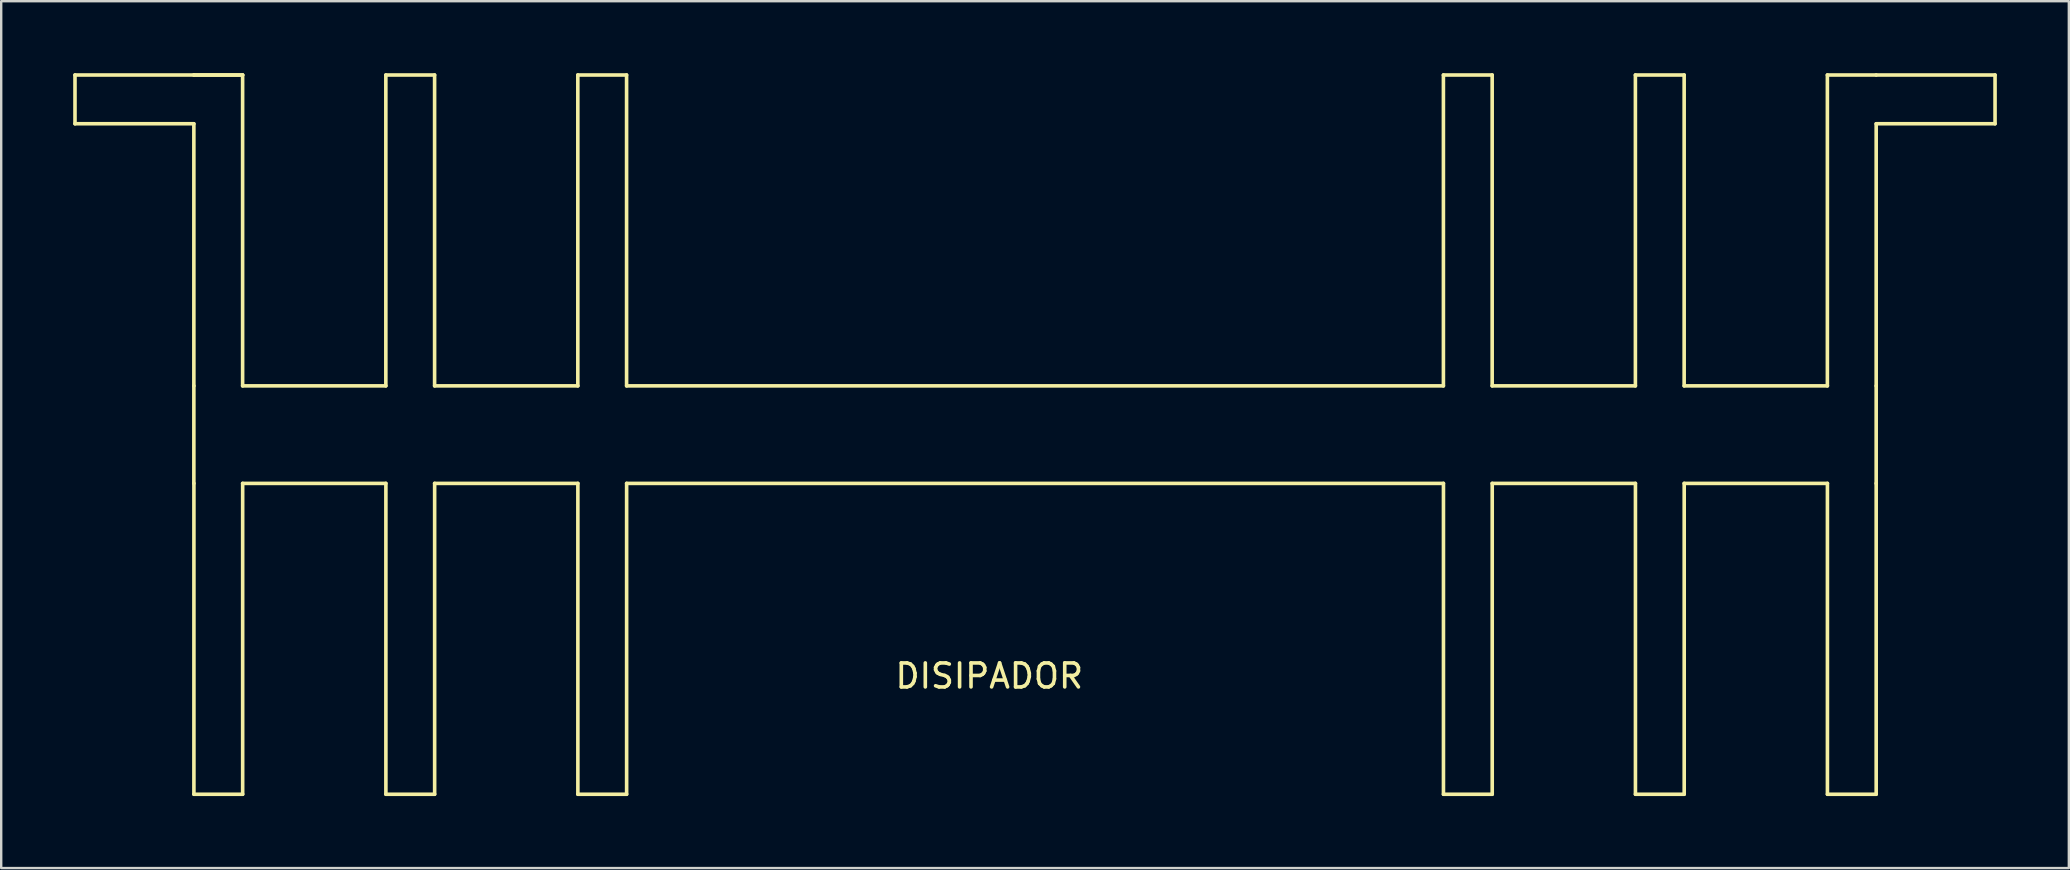
<source format=kicad_pcb>
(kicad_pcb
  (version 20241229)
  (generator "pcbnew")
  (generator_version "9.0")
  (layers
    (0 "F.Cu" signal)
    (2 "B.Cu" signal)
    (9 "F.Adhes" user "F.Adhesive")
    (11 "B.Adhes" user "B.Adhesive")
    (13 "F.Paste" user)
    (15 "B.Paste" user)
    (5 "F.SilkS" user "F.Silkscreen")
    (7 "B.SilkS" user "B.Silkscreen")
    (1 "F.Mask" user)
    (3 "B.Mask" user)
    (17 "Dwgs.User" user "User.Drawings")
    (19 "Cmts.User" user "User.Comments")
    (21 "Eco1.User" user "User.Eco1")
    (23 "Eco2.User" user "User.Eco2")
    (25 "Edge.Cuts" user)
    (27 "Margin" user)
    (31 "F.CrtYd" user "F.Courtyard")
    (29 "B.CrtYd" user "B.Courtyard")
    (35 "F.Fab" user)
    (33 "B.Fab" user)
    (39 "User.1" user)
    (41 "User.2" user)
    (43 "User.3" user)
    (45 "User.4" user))
  (footprint "DISIPADOR"
    (layer "F.Cu")
    (at 40.588 13.029)
    (property "Reference" "DISIPADOR" (at -2.413 12.09 0) (layer "F.SilkS") (effects (font (size 1 1) (thickness 0.15))))
    (attr exclude_from_pos_files exclude_from_bom)
    (fp_line (start -40.513 -12.954) (end -40.513 -10.922) (stroke (width 0.15) (type solid)) (layer "F.SilkS"))
    (fp_line (start -40.513 -10.922) (end -35.56 -10.922) (stroke (width 0.15) (type solid)) (layer "F.SilkS"))
    (fp_line (start -35.56 -12.954) (end -40.513 -12.954) (stroke (width 0.15) (type solid)) (layer "F.SilkS"))
    (fp_line (start -35.56 -12.954) (end -33.528 -12.954) (stroke (width 0.15) (type solid)) (layer "F.SilkS"))
    (fp_line (start -35.56 -10.922) (end -35.56 0) (stroke (width 0.15) (type solid)) (layer "F.SilkS"))
    (fp_line (start -35.56 4.064) (end -35.56 0) (stroke (width 0.15) (type solid)) (layer "F.SilkS"))
    (fp_line (start -35.558 17.018) (end -35.558 4.064) (stroke (width 0.15) (type solid)) (layer "F.SilkS"))
    (fp_line (start -33.528 -12.954) (end -33.528 0) (stroke (width 0.15) (type solid)) (layer "F.SilkS"))
    (fp_line (start -33.526 -12.954) (end -35.558 -12.954) (stroke (width 0.15) (type solid)) (layer "F.SilkS"))
    (fp_line (start -33.526 4.064) (end -33.526 17.018) (stroke (width 0.15) (type solid)) (layer "F.SilkS"))
    (fp_line (start -33.526 17.018) (end -35.558 17.018) (stroke (width 0.15) (type solid)) (layer "F.SilkS"))
    (fp_line (start -27.56 -12.954) (end -25.528 -12.954) (stroke (width 0.15) (type solid)) (layer "F.SilkS"))
    (fp_line (start -27.56 0) (end -27.56 -12.954) (stroke (width 0.15) (type solid)) (layer "F.SilkS"))
    (fp_line (start -27.559 0) (end -33.528 0) (stroke (width 0.15) (type solid)) (layer "F.SilkS"))
    (fp_line (start -27.559 4.064) (end -33.528 4.064) (stroke (width 0.15) (type solid)) (layer "F.SilkS"))
    (fp_line (start -27.558 17.018) (end -27.558 4.064) (stroke (width 0.15) (type solid)) (layer "F.SilkS"))
    (fp_line (start -25.528 -12.954) (end -25.528 0) (stroke (width 0.15) (type solid)) (layer "F.SilkS"))
    (fp_line (start -25.527 0) (end -19.558 0) (stroke (width 0.15) (type solid)) (layer "F.SilkS"))
    (fp_line (start -25.527 4.064) (end -19.558 4.064) (stroke (width 0.15) (type solid)) (layer "F.SilkS"))
    (fp_line (start -25.526 4.064) (end -25.526 17.018) (stroke (width 0.15) (type solid)) (layer "F.SilkS"))
    (fp_line (start -25.526 17.018) (end -27.558 17.018) (stroke (width 0.15) (type solid)) (layer "F.SilkS"))
    (fp_line (start -19.56 -12.954) (end -17.528 -12.954) (stroke (width 0.15) (type solid)) (layer "F.SilkS"))
    (fp_line (start -19.56 0) (end -19.56 -12.954) (stroke (width 0.15) (type solid)) (layer "F.SilkS"))
    (fp_line (start -19.558 17.018) (end -19.558 4.064) (stroke (width 0.15) (type solid)) (layer "F.SilkS"))
    (fp_line (start -17.528 -12.954) (end -17.528 0) (stroke (width 0.15) (type solid)) (layer "F.SilkS"))
    (fp_line (start -17.526 4.064) (end -17.526 17.018) (stroke (width 0.15) (type solid)) (layer "F.SilkS"))
    (fp_line (start -17.526 4.064) (end 16.51 4.064) (stroke (width 0.15) (type solid)) (layer "F.SilkS"))
    (fp_line (start -17.526 17.018) (end -19.558 17.018) (stroke (width 0.15) (type solid)) (layer "F.SilkS"))
    (fp_line (start 16.51 -12.954) (end 18.542 -12.954) (stroke (width 0.15) (type solid)) (layer "F.SilkS"))
    (fp_line (start 16.51 0) (end -17.526 0) (stroke (width 0.15) (type solid)) (layer "F.SilkS"))
    (fp_line (start 16.51 0) (end 16.51 -12.954) (stroke (width 0.15) (type solid)) (layer "F.SilkS"))
    (fp_line (start 16.512 17.018) (end 16.512 4.064) (stroke (width 0.15) (type solid)) (layer "F.SilkS"))
    (fp_line (start 18.542 -12.954) (end 18.542 0) (stroke (width 0.15) (type solid)) (layer "F.SilkS"))
    (fp_line (start 18.544 4.064) (end 18.544 17.018) (stroke (width 0.15) (type solid)) (layer "F.SilkS"))
    (fp_line (start 18.544 17.018) (end 16.512 17.018) (stroke (width 0.15) (type solid)) (layer "F.SilkS"))
    (fp_line (start 24.51 -12.954) (end 26.542 -12.954) (stroke (width 0.15) (type solid)) (layer "F.SilkS"))
    (fp_line (start 24.51 0) (end 24.51 -12.954) (stroke (width 0.15) (type solid)) (layer "F.SilkS"))
    (fp_line (start 24.511 0) (end 18.542 0) (stroke (width 0.15) (type solid)) (layer "F.SilkS"))
    (fp_line (start 24.511 4.064) (end 18.542 4.064) (stroke (width 0.15) (type solid)) (layer "F.SilkS"))
    (fp_line (start 24.512 17.018) (end 24.512 4.064) (stroke (width 0.15) (type solid)) (layer "F.SilkS"))
    (fp_line (start 26.542 -12.954) (end 26.542 0) (stroke (width 0.15) (type solid)) (layer "F.SilkS"))
    (fp_line (start 26.543 0) (end 32.512 0) (stroke (width 0.15) (type solid)) (layer "F.SilkS"))
    (fp_line (start 26.543 4.064) (end 32.512 4.064) (stroke (width 0.15) (type solid)) (layer "F.SilkS"))
    (fp_line (start 26.544 4.064) (end 26.544 17.018) (stroke (width 0.15) (type solid)) (layer "F.SilkS"))
    (fp_line (start 26.544 17.018) (end 24.512 17.018) (stroke (width 0.15) (type solid)) (layer "F.SilkS"))
    (fp_line (start 32.51 -12.954) (end 34.542 -12.954) (stroke (width 0.15) (type solid)) (layer "F.SilkS"))
    (fp_line (start 32.51 0) (end 32.51 -12.954) (stroke (width 0.15) (type solid)) (layer "F.SilkS"))
    (fp_line (start 32.512 17.018) (end 32.512 4.064) (stroke (width 0.15) (type solid)) (layer "F.SilkS"))
    (fp_line (start 34.544 -12.954) (end 39.497 -12.954) (stroke (width 0.15) (type solid)) (layer "F.SilkS"))
    (fp_line (start 34.544 -10.922) (end 34.544 0) (stroke (width 0.15) (type solid)) (layer "F.SilkS"))
    (fp_line (start 34.544 0) (end 34.544 4.064) (stroke (width 0.15) (type solid)) (layer "F.SilkS"))
    (fp_line (start 34.544 4.064) (end 34.544 17.018) (stroke (width 0.15) (type solid)) (layer "F.SilkS"))
    (fp_line (start 34.544 17.018) (end 32.512 17.018) (stroke (width 0.15) (type solid)) (layer "F.SilkS"))
    (fp_line (start 39.497 -12.954) (end 39.497 -10.922) (stroke (width 0.15) (type solid)) (layer "F.SilkS"))
    (fp_line (start 39.497 -10.922) (end 34.544 -10.922) (stroke (width 0.15) (type solid)) (layer "F.SilkS")))
  (gr_rect
    (start -3 -3)
    (end 83.16 33.122)
    (stroke (width 0.1) (type default))
    (fill no)
    (layer "Edge.Cuts")))
</source>
